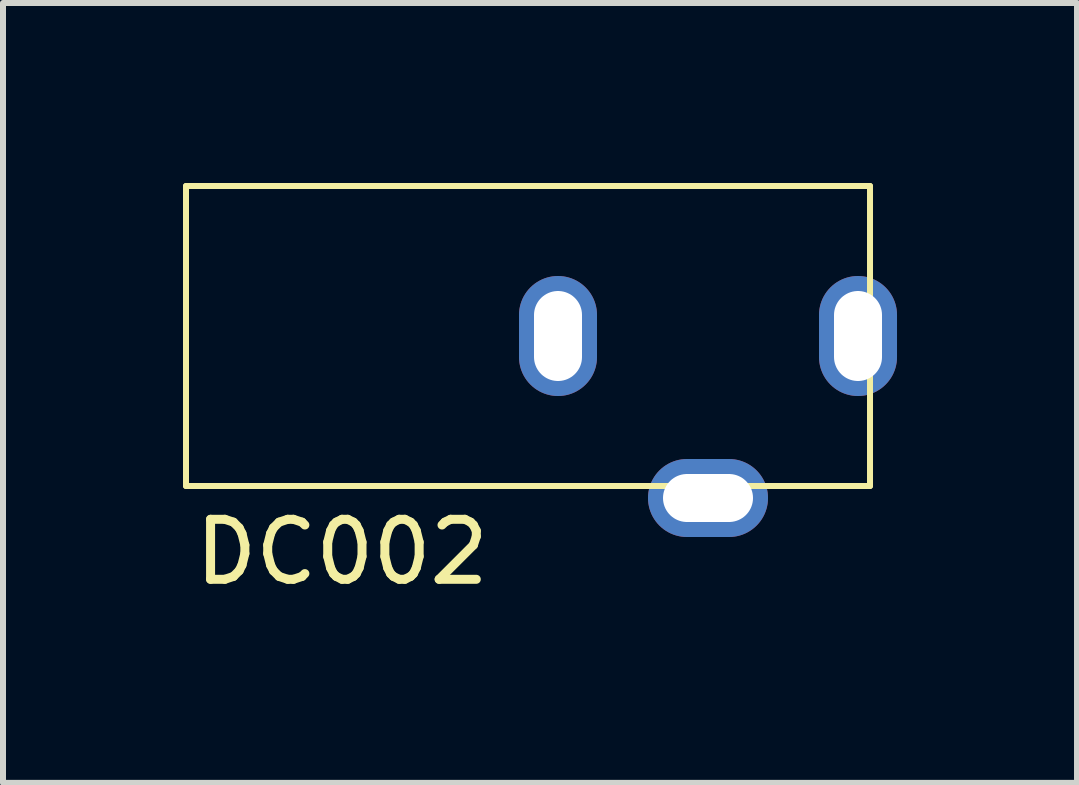
<source format=kicad_pcb>
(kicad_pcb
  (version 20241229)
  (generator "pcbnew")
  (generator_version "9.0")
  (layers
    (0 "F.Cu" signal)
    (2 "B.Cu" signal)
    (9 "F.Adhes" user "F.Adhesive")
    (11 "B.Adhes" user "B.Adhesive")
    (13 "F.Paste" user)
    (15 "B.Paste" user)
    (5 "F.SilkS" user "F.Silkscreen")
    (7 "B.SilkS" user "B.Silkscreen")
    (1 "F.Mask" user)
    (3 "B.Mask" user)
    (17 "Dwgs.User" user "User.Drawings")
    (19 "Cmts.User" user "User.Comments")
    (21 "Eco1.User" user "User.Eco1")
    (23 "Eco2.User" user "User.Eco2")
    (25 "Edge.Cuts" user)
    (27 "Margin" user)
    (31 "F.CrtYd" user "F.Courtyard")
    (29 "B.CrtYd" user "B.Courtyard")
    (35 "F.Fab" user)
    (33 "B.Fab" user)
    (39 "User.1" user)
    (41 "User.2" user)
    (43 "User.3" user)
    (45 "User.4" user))
  (footprint "DC002"
    (layer "F.Cu")
    (at 11.25 2.55)
    (property "Reference" "DC002" (at -8.6 3.6 180) (layer "F.SilkS") (effects (font (size 1 1) (thickness 0.15))))
    (attr through_hole)
    (fp_line (start -11.2 -2.5) (end -11.2 2.5) (stroke (width 0.1) (type solid)) (layer "F.SilkS"))
    (fp_line (start -11.2 -2.5) (end 0.2 -2.5) (stroke (width 0.1) (type solid)) (layer "F.SilkS"))
    (fp_line (start 0.2 -2.5) (end 0.2 2.5) (stroke (width 0.1) (type solid)) (layer "F.SilkS"))
    (fp_line (start 0.2 2.5) (end -11.2 2.5) (stroke (width 0.1) (type solid)) (layer "F.SilkS"))
    (pad "1" thru_hole oval (at 0 0) (size 1.3 2) (drill oval 0.8 1.5) (layers "*.Cu" "*.Mask"))
    (pad "2" thru_hole oval (at -5 0) (size 1.3 2) (drill oval 0.8 1.5) (layers "*.Cu" "*.Mask"))
    (pad "3" thru_hole oval (at -2.5 2.7 90) (size 1.3 2) (drill oval 0.8 1.5) (layers "*.Cu" "*.Mask")))
  (gr_rect
    (start -3 -3)
    (end 14.9 9.998)
    (stroke (width 0.1) (type default))
    (fill no)
    (layer "Edge.Cuts")))
</source>
